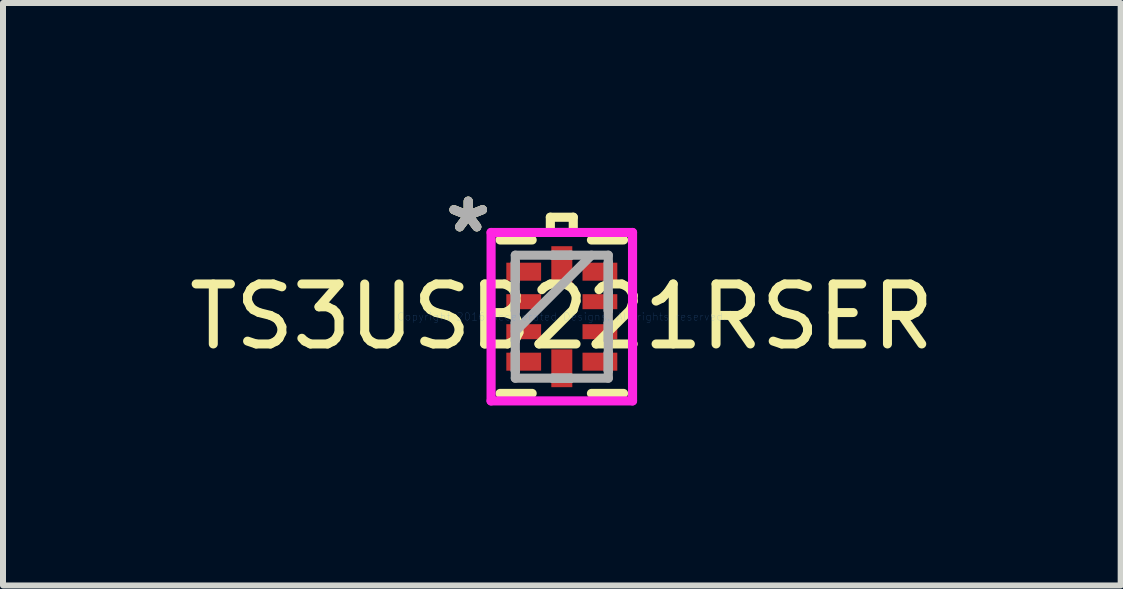
<source format=kicad_pcb>
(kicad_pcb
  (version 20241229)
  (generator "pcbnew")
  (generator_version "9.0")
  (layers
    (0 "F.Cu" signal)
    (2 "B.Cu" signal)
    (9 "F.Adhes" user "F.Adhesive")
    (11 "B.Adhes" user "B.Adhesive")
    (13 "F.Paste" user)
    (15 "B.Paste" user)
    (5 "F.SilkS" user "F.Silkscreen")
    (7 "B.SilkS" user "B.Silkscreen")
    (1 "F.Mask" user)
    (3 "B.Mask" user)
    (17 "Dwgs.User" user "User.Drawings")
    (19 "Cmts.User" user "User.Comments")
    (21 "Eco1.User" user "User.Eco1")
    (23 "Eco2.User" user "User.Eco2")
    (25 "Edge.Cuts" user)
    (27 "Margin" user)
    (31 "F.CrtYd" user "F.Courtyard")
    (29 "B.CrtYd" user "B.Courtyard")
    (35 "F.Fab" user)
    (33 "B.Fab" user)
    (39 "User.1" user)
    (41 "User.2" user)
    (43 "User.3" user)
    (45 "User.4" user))
  (footprint "TS3USB221RSER"
    (layer "F.Cu")
    (at 6.315 2.229)
    (property "Reference" "TS3USB221RSER" (at 0 0 0) (layer "F.SilkS") (effects (font (size 1 1) (thickness 0.15))))
    (attr through_hole)
    (fp_line (start -0.975 -0.95) (end -0.975 -0.55) (stroke (width 0.152) (type solid)) (layer "F.Mask"))
    (fp_line (start -0.975 -0.55) (end -0.295 -0.55) (stroke (width 0.152) (type solid)) (layer "F.Mask"))
    (fp_line (start -0.975 -0.45) (end -0.975 -0.05) (stroke (width 0.152) (type solid)) (layer "F.Mask"))
    (fp_line (start -0.975 -0.05) (end -0.295 -0.05) (stroke (width 0.152) (type solid)) (layer "F.Mask"))
    (fp_line (start -0.975 0.05) (end -0.975 0.45) (stroke (width 0.152) (type solid)) (layer "F.Mask"))
    (fp_line (start -0.975 0.45) (end -0.295 0.45) (stroke (width 0.152) (type solid)) (layer "F.Mask"))
    (fp_line (start -0.975 0.55) (end -0.975 0.95) (stroke (width 0.152) (type solid)) (layer "F.Mask"))
    (fp_line (start -0.975 0.95) (end -0.295 0.95) (stroke (width 0.152) (type solid)) (layer "F.Mask"))
    (fp_line (start -0.295 -0.95) (end -0.975 -0.95) (stroke (width 0.152) (type solid)) (layer "F.Mask"))
    (fp_line (start -0.295 -0.55) (end -0.295 -0.95) (stroke (width 0.152) (type solid)) (layer "F.Mask"))
    (fp_line (start -0.295 -0.45) (end -0.975 -0.45) (stroke (width 0.152) (type solid)) (layer "F.Mask"))
    (fp_line (start -0.295 -0.05) (end -0.295 -0.45) (stroke (width 0.152) (type solid)) (layer "F.Mask"))
    (fp_line (start -0.295 0.05) (end -0.975 0.05) (stroke (width 0.152) (type solid)) (layer "F.Mask"))
    (fp_line (start -0.295 0.45) (end -0.295 0.05) (stroke (width 0.152) (type solid)) (layer "F.Mask"))
    (fp_line (start -0.295 0.55) (end -0.975 0.55) (stroke (width 0.152) (type solid)) (layer "F.Mask"))
    (fp_line (start -0.295 0.95) (end -0.295 0.55) (stroke (width 0.152) (type solid)) (layer "F.Mask"))
    (fp_line (start -0.2 -1.2) (end -0.2 -0.52) (stroke (width 0.152) (type solid)) (layer "F.Mask"))
    (fp_line (start -0.2 -0.52) (end 0.2 -0.52) (stroke (width 0.152) (type solid)) (layer "F.Mask"))
    (fp_line (start -0.2 0.52) (end -0.2 1.2) (stroke (width 0.152) (type solid)) (layer "F.Mask"))
    (fp_line (start -0.2 1.2) (end 0.2 1.2) (stroke (width 0.152) (type solid)) (layer "F.Mask"))
    (fp_line (start 0.2 -1.2) (end -0.2 -1.2) (stroke (width 0.152) (type solid)) (layer "F.Mask"))
    (fp_line (start 0.2 -0.52) (end 0.2 -1.2) (stroke (width 0.152) (type solid)) (layer "F.Mask"))
    (fp_line (start 0.2 0.52) (end -0.2 0.52) (stroke (width 0.152) (type solid)) (layer "F.Mask"))
    (fp_line (start 0.2 1.2) (end 0.2 0.52) (stroke (width 0.152) (type solid)) (layer "F.Mask"))
    (fp_line (start 0.295 -0.95) (end 0.295 -0.55) (stroke (width 0.152) (type solid)) (layer "F.Mask"))
    (fp_line (start 0.295 -0.55) (end 0.975 -0.55) (stroke (width 0.152) (type solid)) (layer "F.Mask"))
    (fp_line (start 0.295 -0.45) (end 0.295 -0.05) (stroke (width 0.152) (type solid)) (layer "F.Mask"))
    (fp_line (start 0.295 -0.05) (end 0.975 -0.05) (stroke (width 0.152) (type solid)) (layer "F.Mask"))
    (fp_line (start 0.295 0.05) (end 0.295 0.45) (stroke (width 0.152) (type solid)) (layer "F.Mask"))
    (fp_line (start 0.295 0.45) (end 0.975 0.45) (stroke (width 0.152) (type solid)) (layer "F.Mask"))
    (fp_line (start 0.295 0.55) (end 0.295 0.95) (stroke (width 0.152) (type solid)) (layer "F.Mask"))
    (fp_line (start 0.295 0.95) (end 0.975 0.95) (stroke (width 0.152) (type solid)) (layer "F.Mask"))
    (fp_line (start 0.975 -0.95) (end 0.295 -0.95) (stroke (width 0.152) (type solid)) (layer "F.Mask"))
    (fp_line (start 0.975 -0.55) (end 0.975 -0.95) (stroke (width 0.152) (type solid)) (layer "F.Mask"))
    (fp_line (start 0.975 -0.45) (end 0.295 -0.45) (stroke (width 0.152) (type solid)) (layer "F.Mask"))
    (fp_line (start 0.975 -0.05) (end 0.975 -0.45) (stroke (width 0.152) (type solid)) (layer "F.Mask"))
    (fp_line (start 0.975 0.05) (end 0.295 0.05) (stroke (width 0.152) (type solid)) (layer "F.Mask"))
    (fp_line (start 0.975 0.45) (end 0.975 0.05) (stroke (width 0.152) (type solid)) (layer "F.Mask"))
    (fp_line (start 0.975 0.55) (end 0.295 0.55) (stroke (width 0.152) (type solid)) (layer "F.Mask"))
    (fp_line (start 0.975 0.95) (end 0.975 0.55) (stroke (width 0.152) (type solid)) (layer "F.Mask"))
    (fp_line (start -1.029 1.279) (end -0.494 1.279) (stroke (width 0.152) (type solid)) (layer "F.SilkS"))
    (fp_line (start -0.494 -1.279) (end -1.029 -1.279) (stroke (width 0.152) (type solid)) (layer "F.SilkS"))
    (fp_line (start -0.191 -1.658) (end 0.191 -1.658) (stroke (width 0.152) (type solid)) (layer "F.SilkS"))
    (fp_line (start -0.191 -1.404) (end -0.191 -1.658) (stroke (width 0.152) (type solid)) (layer "F.SilkS"))
    (fp_line (start 0.191 -1.658) (end 0.191 -1.404) (stroke (width 0.152) (type solid)) (layer "F.SilkS"))
    (fp_line (start 0.191 -1.404) (end -0.191 -1.404) (stroke (width 0.152) (type solid)) (layer "F.SilkS"))
    (fp_line (start 0.494 1.279) (end 1.029 1.279) (stroke (width 0.152) (type solid)) (layer "F.SilkS"))
    (fp_line (start 1.029 -1.279) (end 0.494 -1.279) (stroke (width 0.152) (type solid)) (layer "F.SilkS"))
    (fp_line (start -0.9 -0.875) (end -0.9 -0.625) (stroke (width 0.152) (type solid)) (layer "F.Paste"))
    (fp_line (start -0.9 -0.625) (end -0.37 -0.625) (stroke (width 0.152) (type solid)) (layer "F.Paste"))
    (fp_line (start -0.9 -0.375) (end -0.9 -0.125) (stroke (width 0.152) (type solid)) (layer "F.Paste"))
    (fp_line (start -0.9 -0.125) (end -0.37 -0.125) (stroke (width 0.152) (type solid)) (layer "F.Paste"))
    (fp_line (start -0.9 0.125) (end -0.9 0.375) (stroke (width 0.152) (type solid)) (layer "F.Paste"))
    (fp_line (start -0.9 0.375) (end -0.37 0.375) (stroke (width 0.152) (type solid)) (layer "F.Paste"))
    (fp_line (start -0.9 0.625) (end -0.9 0.875) (stroke (width 0.152) (type solid)) (layer "F.Paste"))
    (fp_line (start -0.9 0.875) (end -0.37 0.875) (stroke (width 0.152) (type solid)) (layer "F.Paste"))
    (fp_line (start -0.37 -0.875) (end -0.9 -0.875) (stroke (width 0.152) (type solid)) (layer "F.Paste"))
    (fp_line (start -0.37 -0.625) (end -0.37 -0.875) (stroke (width 0.152) (type solid)) (layer "F.Paste"))
    (fp_line (start -0.37 -0.375) (end -0.9 -0.375) (stroke (width 0.152) (type solid)) (layer "F.Paste"))
    (fp_line (start -0.37 -0.125) (end -0.37 -0.375) (stroke (width 0.152) (type solid)) (layer "F.Paste"))
    (fp_line (start -0.37 0.125) (end -0.9 0.125) (stroke (width 0.152) (type solid)) (layer "F.Paste"))
    (fp_line (start -0.37 0.375) (end -0.37 0.125) (stroke (width 0.152) (type solid)) (layer "F.Paste"))
    (fp_line (start -0.37 0.625) (end -0.9 0.625) (stroke (width 0.152) (type solid)) (layer "F.Paste"))
    (fp_line (start -0.37 0.875) (end -0.37 0.625) (stroke (width 0.152) (type solid)) (layer "F.Paste"))
    (fp_line (start -0.125 -1.125) (end -0.125 -0.595) (stroke (width 0.152) (type solid)) (layer "F.Paste"))
    (fp_line (start -0.125 -0.595) (end 0.125 -0.595) (stroke (width 0.152) (type solid)) (layer "F.Paste"))
    (fp_line (start -0.125 0.595) (end -0.125 1.125) (stroke (width 0.152) (type solid)) (layer "F.Paste"))
    (fp_line (start -0.125 1.125) (end 0.125 1.125) (stroke (width 0.152) (type solid)) (layer "F.Paste"))
    (fp_line (start 0.125 -1.125) (end -0.125 -1.125) (stroke (width 0.152) (type solid)) (layer "F.Paste"))
    (fp_line (start 0.125 -0.595) (end 0.125 -1.125) (stroke (width 0.152) (type solid)) (layer "F.Paste"))
    (fp_line (start 0.125 0.595) (end -0.125 0.595) (stroke (width 0.152) (type solid)) (layer "F.Paste"))
    (fp_line (start 0.125 1.125) (end 0.125 0.595) (stroke (width 0.152) (type solid)) (layer "F.Paste"))
    (fp_line (start 0.37 -0.875) (end 0.37 -0.625) (stroke (width 0.152) (type solid)) (layer "F.Paste"))
    (fp_line (start 0.37 -0.625) (end 0.9 -0.625) (stroke (width 0.152) (type solid)) (layer "F.Paste"))
    (fp_line (start 0.37 -0.375) (end 0.37 -0.125) (stroke (width 0.152) (type solid)) (layer "F.Paste"))
    (fp_line (start 0.37 -0.125) (end 0.9 -0.125) (stroke (width 0.152) (type solid)) (layer "F.Paste"))
    (fp_line (start 0.37 0.125) (end 0.37 0.375) (stroke (width 0.152) (type solid)) (layer "F.Paste"))
    (fp_line (start 0.37 0.375) (end 0.9 0.375) (stroke (width 0.152) (type solid)) (layer "F.Paste"))
    (fp_line (start 0.37 0.625) (end 0.37 0.875) (stroke (width 0.152) (type solid)) (layer "F.Paste"))
    (fp_line (start 0.37 0.875) (end 0.9 0.875) (stroke (width 0.152) (type solid)) (layer "F.Paste"))
    (fp_line (start 0.9 -0.875) (end 0.37 -0.875) (stroke (width 0.152) (type solid)) (layer "F.Paste"))
    (fp_line (start 0.9 -0.625) (end 0.9 -0.875) (stroke (width 0.152) (type solid)) (layer "F.Paste"))
    (fp_line (start 0.9 -0.375) (end 0.37 -0.375) (stroke (width 0.152) (type solid)) (layer "F.Paste"))
    (fp_line (start 0.9 -0.125) (end 0.9 -0.375) (stroke (width 0.152) (type solid)) (layer "F.Paste"))
    (fp_line (start 0.9 0.125) (end 0.37 0.125) (stroke (width 0.152) (type solid)) (layer "F.Paste"))
    (fp_line (start 0.9 0.375) (end 0.9 0.125) (stroke (width 0.152) (type solid)) (layer "F.Paste"))
    (fp_line (start 0.9 0.625) (end 0.37 0.625) (stroke (width 0.152) (type solid)) (layer "F.Paste"))
    (fp_line (start 0.9 0.875) (end 0.9 0.625) (stroke (width 0.152) (type solid)) (layer "F.Paste"))
    (fp_line (start -1.179 -1.404) (end 1.179 -1.404) (stroke (width 0.152) (type solid)) (layer "F.CrtYd"))
    (fp_line (start -1.179 1.404) (end -1.179 -1.404) (stroke (width 0.152) (type solid)) (layer "F.CrtYd"))
    (fp_line (start 1.179 -1.404) (end 1.179 1.404) (stroke (width 0.152) (type solid)) (layer "F.CrtYd"))
    (fp_line (start 1.179 1.404) (end -1.179 1.404) (stroke (width 0.152) (type solid)) (layer "F.CrtYd"))
    (fp_line (start -0.775 -1.025) (end -0.775 1.025) (stroke (width 0.152) (type solid)) (layer "F.Fab"))
    (fp_line (start -0.775 -0.9) (end -0.775 -0.9) (stroke (width 0.152) (type solid)) (layer "F.Fab"))
    (fp_line (start -0.775 -0.9) (end -0.775 -0.6) (stroke (width 0.152) (type solid)) (layer "F.Fab"))
    (fp_line (start -0.775 -0.6) (end -0.775 -0.9) (stroke (width 0.152) (type solid)) (layer "F.Fab"))
    (fp_line (start -0.775 -0.6) (end -0.775 -0.6) (stroke (width 0.152) (type solid)) (layer "F.Fab"))
    (fp_line (start -0.775 -0.4) (end -0.775 -0.4) (stroke (width 0.152) (type solid)) (layer "F.Fab"))
    (fp_line (start -0.775 -0.4) (end -0.775 -0.1) (stroke (width 0.152) (type solid)) (layer "F.Fab"))
    (fp_line (start -0.775 -0.1) (end -0.775 -0.4) (stroke (width 0.152) (type solid)) (layer "F.Fab"))
    (fp_line (start -0.775 -0.1) (end -0.775 -0.1) (stroke (width 0.152) (type solid)) (layer "F.Fab"))
    (fp_line (start -0.775 0.1) (end -0.775 0.1) (stroke (width 0.152) (type solid)) (layer "F.Fab"))
    (fp_line (start -0.775 0.1) (end -0.775 0.4) (stroke (width 0.152) (type solid)) (layer "F.Fab"))
    (fp_line (start -0.775 0.245) (end 0.495 -1.025) (stroke (width 0.152) (type solid)) (layer "F.Fab"))
    (fp_line (start -0.775 0.4) (end -0.775 0.1) (stroke (width 0.152) (type solid)) (layer "F.Fab"))
    (fp_line (start -0.775 0.4) (end -0.775 0.4) (stroke (width 0.152) (type solid)) (layer "F.Fab"))
    (fp_line (start -0.775 0.6) (end -0.775 0.6) (stroke (width 0.152) (type solid)) (layer "F.Fab"))
    (fp_line (start -0.775 0.6) (end -0.775 0.9) (stroke (width 0.152) (type solid)) (layer "F.Fab"))
    (fp_line (start -0.775 0.9) (end -0.775 0.6) (stroke (width 0.152) (type solid)) (layer "F.Fab"))
    (fp_line (start -0.775 0.9) (end -0.775 0.9) (stroke (width 0.152) (type solid)) (layer "F.Fab"))
    (fp_line (start -0.775 1.025) (end 0.775 1.025) (stroke (width 0.152) (type solid)) (layer "F.Fab"))
    (fp_line (start -0.15 -1.025) (end -0.15 -1.025) (stroke (width 0.152) (type solid)) (layer "F.Fab"))
    (fp_line (start -0.15 -1.025) (end 0.15 -1.025) (stroke (width 0.152) (type solid)) (layer "F.Fab"))
    (fp_line (start -0.15 1.025) (end -0.15 1.025) (stroke (width 0.152) (type solid)) (layer "F.Fab"))
    (fp_line (start -0.15 1.025) (end 0.15 1.025) (stroke (width 0.152) (type solid)) (layer "F.Fab"))
    (fp_line (start 0.15 -1.025) (end -0.15 -1.025) (stroke (width 0.152) (type solid)) (layer "F.Fab"))
    (fp_line (start 0.15 -1.025) (end 0.15 -1.025) (stroke (width 0.152) (type solid)) (layer "F.Fab"))
    (fp_line (start 0.15 1.025) (end -0.15 1.025) (stroke (width 0.152) (type solid)) (layer "F.Fab"))
    (fp_line (start 0.15 1.025) (end 0.15 1.025) (stroke (width 0.152) (type solid)) (layer "F.Fab"))
    (fp_line (start 0.775 -1.025) (end -0.775 -1.025) (stroke (width 0.152) (type solid)) (layer "F.Fab"))
    (fp_line (start 0.775 -0.9) (end 0.775 -0.9) (stroke (width 0.152) (type solid)) (layer "F.Fab"))
    (fp_line (start 0.775 -0.9) (end 0.775 -0.6) (stroke (width 0.152) (type solid)) (layer "F.Fab"))
    (fp_line (start 0.775 -0.6) (end 0.775 -0.9) (stroke (width 0.152) (type solid)) (layer "F.Fab"))
    (fp_line (start 0.775 -0.6) (end 0.775 -0.6) (stroke (width 0.152) (type solid)) (layer "F.Fab"))
    (fp_line (start 0.775 -0.4) (end 0.775 -0.4) (stroke (width 0.152) (type solid)) (layer "F.Fab"))
    (fp_line (start 0.775 -0.4) (end 0.775 -0.1) (stroke (width 0.152) (type solid)) (layer "F.Fab"))
    (fp_line (start 0.775 -0.1) (end 0.775 -0.4) (stroke (width 0.152) (type solid)) (layer "F.Fab"))
    (fp_line (start 0.775 -0.1) (end 0.775 -0.1) (stroke (width 0.152) (type solid)) (layer "F.Fab"))
    (fp_line (start 0.775 0.1) (end 0.775 0.1) (stroke (width 0.152) (type solid)) (layer "F.Fab"))
    (fp_line (start 0.775 0.1) (end 0.775 0.4) (stroke (width 0.152) (type solid)) (layer "F.Fab"))
    (fp_line (start 0.775 0.4) (end 0.775 0.1) (stroke (width 0.152) (type solid)) (layer "F.Fab"))
    (fp_line (start 0.775 0.4) (end 0.775 0.4) (stroke (width 0.152) (type solid)) (layer "F.Fab"))
    (fp_line (start 0.775 0.6) (end 0.775 0.6) (stroke (width 0.152) (type solid)) (layer "F.Fab"))
    (fp_line (start 0.775 0.6) (end 0.775 0.9) (stroke (width 0.152) (type solid)) (layer "F.Fab"))
    (fp_line (start 0.775 0.9) (end 0.775 0.6) (stroke (width 0.152) (type solid)) (layer "F.Fab"))
    (fp_line (start 0.775 0.9) (end 0.775 0.9) (stroke (width 0.152) (type solid)) (layer "F.Fab"))
    (fp_line (start 0.775 1.025) (end 0.775 -1.025) (stroke (width 0.152) (type solid)) (layer "F.Fab"))
    (fp_text user "*" (at -1.56 -1.381 0) (layer "F.SilkS") (effects (font (size 1 1) (thickness 0.15))))
    (fp_text user "*" (at -1.56 -1.381 0) (layer "F.SilkS") (effects (font (size 1 1) (thickness 0.15))))
    (fp_text user "Copyright 2016 Accelerated Designs. All rights reserved." (at 0 0 0) (layer "Cmts.User") (effects (font (size 0.127 0.127) (thickness 0.002))))
    (fp_text user "*" (at -1.56 -1.381 0) (layer "F.Fab") (effects (font (size 1 1) (thickness 0.15))))
    (fp_text user "*" (at -1.56 -1.381 0) (layer "F.Fab") (effects (font (size 1 1) (thickness 0.15))))
    (pad "1" smd rect (at -0.635 -0.75 90) (size 0.3 0.58) (layers "F.Cu" "F.Mask" "F.Paste"))
    (pad "2" smd rect (at -0.635 -0.25 90) (size 0.25 0.58) (layers "F.Cu" "F.Mask" "F.Paste"))
    (pad "3" smd rect (at -0.635 0.25 90) (size 0.25 0.58) (layers "F.Cu" "F.Mask" "F.Paste"))
    (pad "4" smd rect (at -0.635 0.75 90) (size 0.3 0.58) (layers "F.Cu" "F.Mask" "F.Paste"))
    (pad "5" smd rect (at 0 0.86) (size 0.35 0.63) (layers "F.Cu" "F.Mask" "F.Paste"))
    (pad "6" smd rect (at 0.635 0.75 90) (size 0.3 0.58) (layers "F.Cu" "F.Mask" "F.Paste"))
    (pad "7" smd rect (at 0.635 0.25 90) (size 0.25 0.58) (layers "F.Cu" "F.Mask" "F.Paste"))
    (pad "8" smd rect (at 0.635 -0.25 90) (size 0.25 0.58) (layers "F.Cu" "F.Mask" "F.Paste"))
    (pad "9" smd rect (at 0.635 -0.75 90) (size 0.3 0.58) (layers "F.Cu" "F.Mask" "F.Paste"))
    (pad "10" smd rect (at 0 -0.86) (size 0.35 0.63) (layers "F.Cu" "F.Mask" "F.Paste")))
  (gr_rect
    (start -3 -3)
    (end 15.631 6.709)
    (stroke (width 0.1) (type default))
    (fill no)
    (layer "Edge.Cuts")))
</source>
